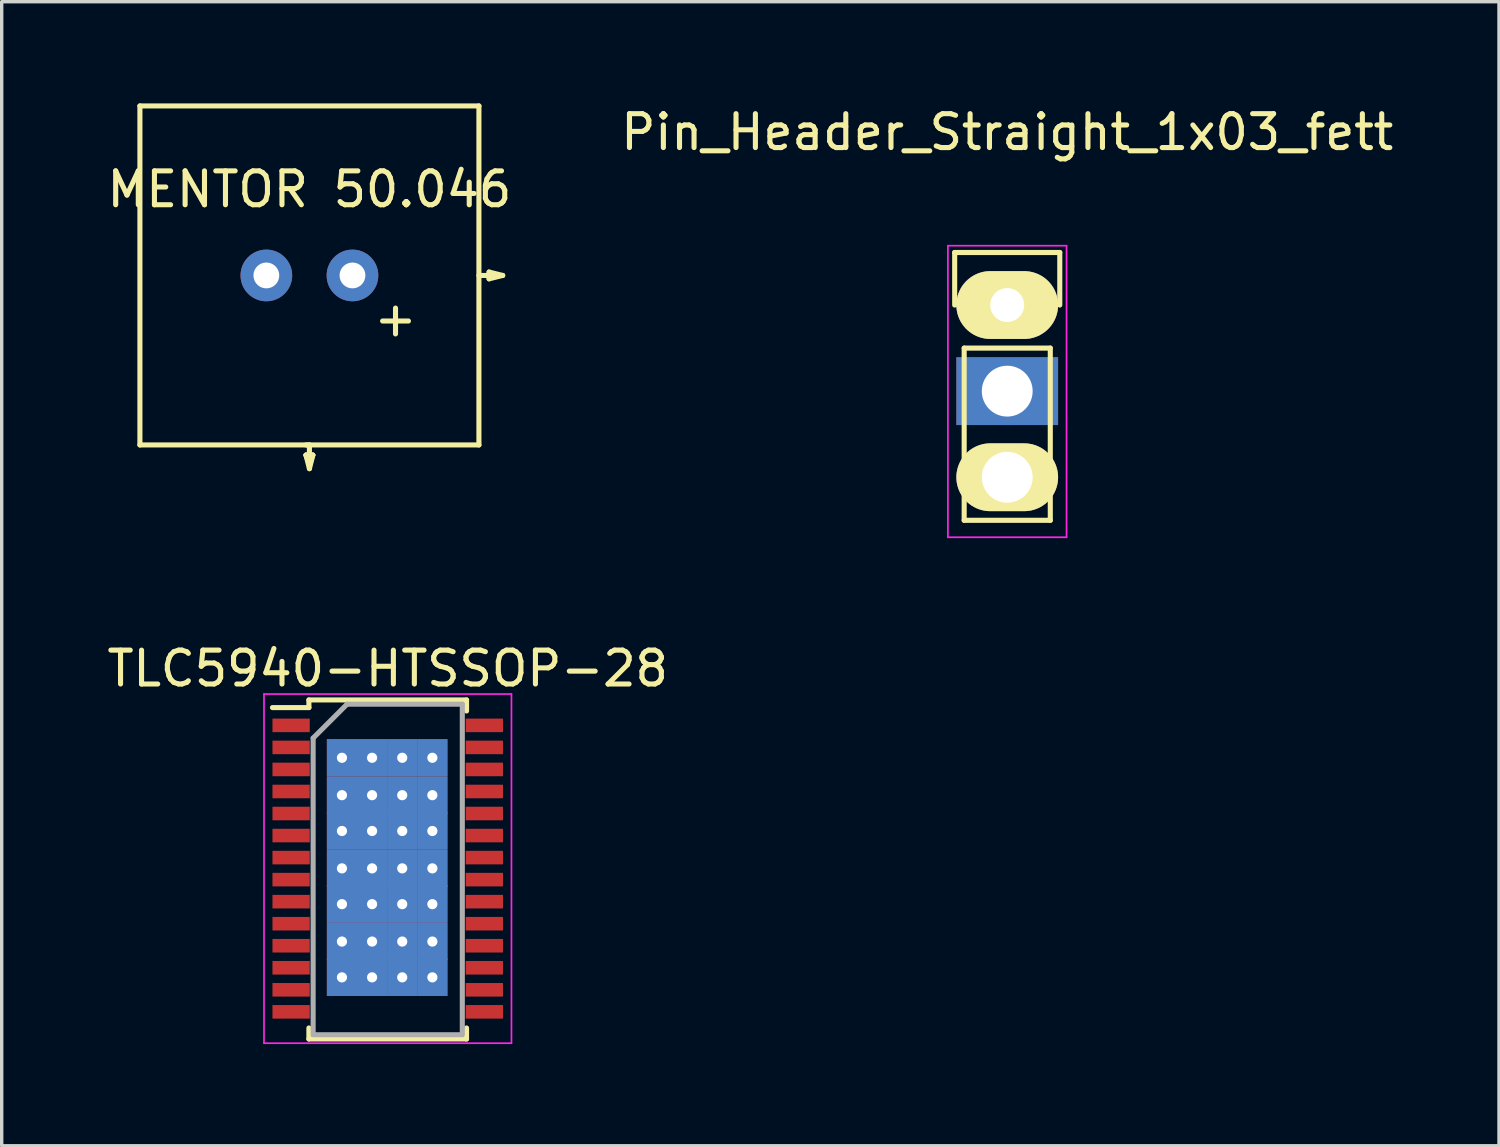
<source format=kicad_pcb>
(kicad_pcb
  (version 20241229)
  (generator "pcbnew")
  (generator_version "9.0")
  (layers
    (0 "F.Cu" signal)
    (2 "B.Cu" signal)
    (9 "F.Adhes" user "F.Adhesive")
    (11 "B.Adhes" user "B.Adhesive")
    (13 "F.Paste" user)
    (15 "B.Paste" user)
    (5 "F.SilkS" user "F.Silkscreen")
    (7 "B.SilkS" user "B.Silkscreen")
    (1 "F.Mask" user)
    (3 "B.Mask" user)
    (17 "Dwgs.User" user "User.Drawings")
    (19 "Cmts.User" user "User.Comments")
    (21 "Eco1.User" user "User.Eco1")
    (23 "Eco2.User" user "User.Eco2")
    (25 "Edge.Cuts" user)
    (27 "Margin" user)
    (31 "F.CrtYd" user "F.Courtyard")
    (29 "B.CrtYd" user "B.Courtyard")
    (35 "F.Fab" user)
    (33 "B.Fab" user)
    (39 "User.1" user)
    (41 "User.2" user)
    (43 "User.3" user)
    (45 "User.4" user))
  (footprint "MENTOR 50.046"
    (layer "F.Cu")
    (at 6.077 5.075)
    (property "Reference" "MENTOR 50.046" (at 0 -2.54 0) (layer "F.SilkS") (effects (font (size 1 1) (thickness 0.15))))
    (attr through_hole)
    (fp_line (start -5 -5) (end 5 -5) (stroke (width 0.15) (type solid)) (layer "F.SilkS"))
    (fp_line (start -5 5) (end -5 -5) (stroke (width 0.15) (type solid)) (layer "F.SilkS"))
    (fp_line (start -0.1 5) (end 0 5) (stroke (width 0.15) (type solid)) (layer "F.SilkS"))
    (fp_line (start -0.1 5.3) (end 0 5.6) (stroke (width 0.15) (type solid)) (layer "F.SilkS"))
    (fp_line (start -0.1 5.3) (end 0.1 5.3) (stroke (width 0.15) (type solid)) (layer "F.SilkS"))
    (fp_line (start 0 5.4) (end 0 5) (stroke (width 0.15) (type solid)) (layer "F.SilkS"))
    (fp_line (start 0 5.4) (end 0 5.6) (stroke (width 0.15) (type solid)) (layer "F.SilkS"))
    (fp_line (start 0 5.6) (end 0.1 5.3) (stroke (width 0.15) (type solid)) (layer "F.SilkS"))
    (fp_line (start 0 5.7) (end -0.1 5.3) (stroke (width 0.15) (type solid)) (layer "F.SilkS"))
    (fp_line (start 0.1 5.3) (end -0.1 5.3) (stroke (width 0.15) (type solid)) (layer "F.SilkS"))
    (fp_line (start 0.1 5.3) (end 0 5.7) (stroke (width 0.15) (type solid)) (layer "F.SilkS"))
    (fp_line (start 5 -5) (end 5 5) (stroke (width 0.15) (type solid)) (layer "F.SilkS"))
    (fp_line (start 5 0) (end 5.4 0) (stroke (width 0.15) (type solid)) (layer "F.SilkS"))
    (fp_line (start 5 5) (end -5 5) (stroke (width 0.15) (type solid)) (layer "F.SilkS"))
    (fp_line (start 5.3 -0.1) (end 5.3 0.1) (stroke (width 0.15) (type solid)) (layer "F.SilkS"))
    (fp_line (start 5.3 0.1) (end 5.7 0) (stroke (width 0.15) (type solid)) (layer "F.SilkS"))
    (fp_line (start 5.4 0) (end 5.7 0) (stroke (width 0.15) (type solid)) (layer "F.SilkS"))
    (fp_line (start 5.7 0) (end 5.3 -0.1) (stroke (width 0.15) (type solid)) (layer "F.SilkS"))
    (fp_text user "+" (at 2.54 1.27 0) (layer "F.SilkS") (effects (font (size 1 1) (thickness 0.15))))
    (pad "1" thru_hole circle (at -1.27 0) (size 1.524 1.524) (drill 0.762) (layers "*.Cu" "*.Mask"))
    (pad "2" thru_hole circle (at 1.27 0) (size 1.524 1.524) (drill 0.762) (layers "*.Cu" "*.Mask")))
  (footprint "TLC5940-HTSSOP-28"
    (layer "F.Cu")
    (at 8.387 22.572)
    (property "Reference" "TLC5940-HTSSOP-28" (at 0 -5.9 0) (layer "F.SilkS") (effects (font (size 1 1) (thickness 0.15))))
    (attr smd)
    (fp_line (start -2.325 -4.975) (end -2.325 -4.75) (stroke (width 0.15) (type solid)) (layer "F.SilkS"))
    (fp_line (start -2.325 -4.975) (end 2.325 -4.975) (stroke (width 0.15) (type solid)) (layer "F.SilkS"))
    (fp_line (start -2.325 -4.75) (end -3.4 -4.75) (stroke (width 0.15) (type solid)) (layer "F.SilkS"))
    (fp_line (start -2.325 5.026) (end -2.325 4.701) (stroke (width 0.15) (type solid)) (layer "F.SilkS"))
    (fp_line (start -2.325 5.026) (end 2.325 5.026) (stroke (width 0.15) (type solid)) (layer "F.SilkS"))
    (fp_line (start 2.325 -4.975) (end 2.325 -4.65) (stroke (width 0.15) (type solid)) (layer "F.SilkS"))
    (fp_line (start 2.325 5.026) (end 2.325 4.701) (stroke (width 0.15) (type solid)) (layer "F.SilkS"))
    (fp_line (start -3.65 -5.15) (end -3.65 5.15) (stroke (width 0.05) (type solid)) (layer "F.CrtYd"))
    (fp_line (start -3.65 -5.15) (end 3.65 -5.15) (stroke (width 0.05) (type solid)) (layer "F.CrtYd"))
    (fp_line (start -3.65 5.15) (end 3.65 5.15) (stroke (width 0.05) (type solid)) (layer "F.CrtYd"))
    (fp_line (start 3.65 -5.15) (end 3.65 5.15) (stroke (width 0.05) (type solid)) (layer "F.CrtYd"))
    (fp_line (start -2.2 -3.85) (end -1.2 -4.85) (stroke (width 0.15) (type solid)) (layer "F.Fab"))
    (fp_line (start -2.2 4.85) (end -2.2 -3.85) (stroke (width 0.15) (type solid)) (layer "F.Fab"))
    (fp_line (start -1.2 -4.85) (end 2.2 -4.85) (stroke (width 0.15) (type solid)) (layer "F.Fab"))
    (fp_line (start 2.2 -4.85) (end 2.2 4.85) (stroke (width 0.15) (type solid)) (layer "F.Fab"))
    (fp_line (start 2.2 4.901) (end -2.2 4.901) (stroke (width 0.15) (type solid)) (layer "F.Fab"))
    (pad "1" smd rect (at -2.85 -4.225) (size 1.1 0.4) (layers "F.Cu" "F.Mask" "F.Paste"))
    (pad "2" smd rect (at -2.85 -3.575) (size 1.1 0.4) (layers "F.Cu" "F.Mask" "F.Paste"))
    (pad "3" smd rect (at -2.85 -2.925) (size 1.1 0.4) (layers "F.Cu" "F.Mask" "F.Paste"))
    (pad "4" smd rect (at -2.85 -2.275) (size 1.1 0.4) (layers "F.Cu" "F.Mask" "F.Paste"))
    (pad "5" smd rect (at -2.85 -1.625) (size 1.1 0.4) (layers "F.Cu" "F.Mask" "F.Paste"))
    (pad "6" smd rect (at -2.85 -0.975) (size 1.1 0.4) (layers "F.Cu" "F.Mask" "F.Paste"))
    (pad "7" smd rect (at -2.85 -0.325) (size 1.1 0.4) (layers "F.Cu" "F.Mask" "F.Paste"))
    (pad "8" smd rect (at -2.85 0.325) (size 1.1 0.4) (layers "F.Cu" "F.Mask" "F.Paste"))
    (pad "9" smd rect (at -2.85 0.975) (size 1.1 0.4) (layers "F.Cu" "F.Mask" "F.Paste"))
    (pad "10" smd rect (at -2.85 1.625) (size 1.1 0.4) (layers "F.Cu" "F.Mask" "F.Paste"))
    (pad "11" smd rect (at -2.85 2.275) (size 1.1 0.4) (layers "F.Cu" "F.Mask" "F.Paste"))
    (pad "12" smd rect (at -2.85 2.925) (size 1.1 0.4) (layers "F.Cu" "F.Mask" "F.Paste"))
    (pad "13" smd rect (at -2.85 3.575) (size 1.1 0.4) (layers "F.Cu" "F.Mask" "F.Paste"))
    (pad "14" smd rect (at -2.85 4.225) (size 1.1 0.4) (layers "F.Cu" "F.Mask" "F.Paste"))
    (pad "15" smd rect (at 2.85 4.225) (size 1.1 0.4) (layers "F.Cu" "F.Mask" "F.Paste"))
    (pad "16" smd rect (at 2.85 3.575) (size 1.1 0.4) (layers "F.Cu" "F.Mask" "F.Paste"))
    (pad "17" smd rect (at 2.85 2.925) (size 1.1 0.4) (layers "F.Cu" "F.Mask" "F.Paste"))
    (pad "18" smd rect (at 2.85 2.275) (size 1.1 0.4) (layers "F.Cu" "F.Mask" "F.Paste"))
    (pad "19" smd rect (at 2.85 1.625) (size 1.1 0.4) (layers "F.Cu" "F.Mask" "F.Paste"))
    (pad "20" smd rect (at 2.85 0.975) (size 1.1 0.4) (layers "F.Cu" "F.Mask" "F.Paste"))
    (pad "21" smd rect (at 2.85 0.325) (size 1.1 0.4) (layers "F.Cu" "F.Mask" "F.Paste"))
    (pad "22" thru_hole rect (at -1.35 -3.269) (size 0.89 1.1) (drill 0.3) (layers "*.Cu" "*.Mask"))
    (pad "22" thru_hole rect (at -1.35 -2.166) (size 0.89 1.1) (drill 0.3) (layers "*.Cu" "*.Mask"))
    (pad "22" thru_hole rect (at -1.35 -1.11) (size 0.89 1.1) (drill 0.3) (layers "*.Cu" "*.Mask"))
    (pad "22" thru_hole rect (at -1.35 -0.007) (size 0.89 1.1) (drill 0.3) (layers "*.Cu" "*.Mask"))
    (pad "22" thru_hole rect (at -1.35 1.049) (size 0.89 1.1) (drill 0.3) (layers "*.Cu" "*.Mask"))
    (pad "22" thru_hole rect (at -1.35 2.152) (size 0.89 1.1) (drill 0.3) (layers "*.Cu" "*.Mask"))
    (pad "22" thru_hole rect (at -1.35 3.208) (size 0.89 1.1) (drill 0.3) (layers "*.Cu" "*.Mask"))
    (pad "22" thru_hole rect (at -0.461 -3.269) (size 0.89 1.1) (drill 0.3) (layers "*.Cu" "*.Mask"))
    (pad "22" thru_hole rect (at -0.461 -2.166) (size 0.89 1.1) (drill 0.3) (layers "*.Cu" "*.Mask"))
    (pad "22" thru_hole rect (at -0.461 -1.11) (size 0.89 1.1) (drill 0.3) (layers "*.Cu" "*.Mask"))
    (pad "22" thru_hole rect (at -0.461 -0.007) (size 0.89 1.1) (drill 0.3) (layers "*.Cu" "*.Mask"))
    (pad "22" thru_hole rect (at -0.461 1.049) (size 0.89 1.1) (drill 0.3) (layers "*.Cu" "*.Mask"))
    (pad "22" thru_hole rect (at -0.461 2.152) (size 0.89 1.1) (drill 0.3) (layers "*.Cu" "*.Mask"))
    (pad "22" thru_hole rect (at -0.461 3.208) (size 0.89 1.1) (drill 0.3) (layers "*.Cu" "*.Mask"))
    (pad "22" thru_hole rect (at 0.428 -3.269) (size 0.89 1.1) (drill 0.3) (layers "*.Cu" "*.Mask"))
    (pad "22" thru_hole rect (at 0.428 -2.166) (size 0.89 1.1) (drill 0.3) (layers "*.Cu" "*.Mask"))
    (pad "22" thru_hole rect (at 0.428 -1.11) (size 0.89 1.1) (drill 0.3) (layers "*.Cu" "*.Mask"))
    (pad "22" thru_hole rect (at 0.428 -0.007) (size 0.89 1.1) (drill 0.3) (layers "*.Cu" "*.Mask"))
    (pad "22" thru_hole rect (at 0.428 1.049) (size 0.89 1.1) (drill 0.3) (layers "*.Cu" "*.Mask"))
    (pad "22" thru_hole rect (at 0.428 2.152) (size 0.89 1.1) (drill 0.3) (layers "*.Cu" "*.Mask"))
    (pad "22" thru_hole rect (at 0.428 3.208) (size 0.89 1.1) (drill 0.3) (layers "*.Cu" "*.Mask"))
    (pad "22" thru_hole rect (at 1.317 -3.269) (size 0.89 1.1) (drill 0.3) (layers "*.Cu" "*.Mask"))
    (pad "22" thru_hole rect (at 1.317 -2.166) (size 0.89 1.1) (drill 0.3) (layers "*.Cu" "*.Mask"))
    (pad "22" thru_hole rect (at 1.317 -1.11) (size 0.89 1.1) (drill 0.3) (layers "*.Cu" "*.Mask"))
    (pad "22" thru_hole rect (at 1.317 -0.007) (size 0.89 1.1) (drill 0.3) (layers "*.Cu" "*.Mask"))
    (pad "22" thru_hole rect (at 1.317 1.049) (size 0.89 1.1) (drill 0.3) (layers "*.Cu" "*.Mask"))
    (pad "22" thru_hole rect (at 1.317 2.152) (size 0.89 1.1) (drill 0.3) (layers "*.Cu" "*.Mask"))
    (pad "22" thru_hole rect (at 1.317 3.208) (size 0.89 1.1) (drill 0.3) (layers "*.Cu" "*.Mask"))
    (pad "22" smd rect (at 2.85 -0.325) (size 1.1 0.4) (layers "F.Cu" "F.Mask" "F.Paste"))
    (pad "23" smd rect (at 2.85 -0.975) (size 1.1 0.4) (layers "F.Cu" "F.Mask" "F.Paste"))
    (pad "24" smd rect (at 2.85 -1.625) (size 1.1 0.4) (layers "F.Cu" "F.Mask" "F.Paste"))
    (pad "25" smd rect (at 2.85 -2.275) (size 1.1 0.4) (layers "F.Cu" "F.Mask" "F.Paste"))
    (pad "26" smd rect (at 2.85 -2.925) (size 1.1 0.4) (layers "F.Cu" "F.Mask" "F.Paste"))
    (pad "27" smd rect (at 2.85 -3.575) (size 1.1 0.4) (layers "F.Cu" "F.Mask" "F.Paste"))
    (pad "28" smd rect (at 2.85 -4.225) (size 1.1 0.4) (layers "F.Cu" "F.Mask" "F.Paste")))
  (footprint "Pin_Header_Straight_1x03_fett"
    (layer "F.Cu")
    (at 26.661 5.948)
    (property "Reference" "Pin_Header_Straight_1x03_fett" (at 0 -5.1 0) (layer "F.SilkS") (effects (font (size 1 1) (thickness 0.15))))
    (attr through_hole)
    (fp_line (start -1.55 -1.55) (end 1.55 -1.55) (stroke (width 0.15) (type solid)) (layer "F.SilkS"))
    (fp_line (start -1.55 0) (end -1.55 -1.55) (stroke (width 0.15) (type solid)) (layer "F.SilkS"))
    (fp_line (start -1.27 1.27) (end -1.27 6.35) (stroke (width 0.15) (type solid)) (layer "F.SilkS"))
    (fp_line (start -1.27 6.35) (end 1.27 6.35) (stroke (width 0.15) (type solid)) (layer "F.SilkS"))
    (fp_line (start 1.27 1.27) (end -1.27 1.27) (stroke (width 0.15) (type solid)) (layer "F.SilkS"))
    (fp_line (start 1.27 6.35) (end 1.27 1.27) (stroke (width 0.15) (type solid)) (layer "F.SilkS"))
    (fp_line (start 1.55 -1.55) (end 1.55 0) (stroke (width 0.15) (type solid)) (layer "F.SilkS"))
    (fp_line (start -1.75 -1.75) (end -1.75 6.85) (stroke (width 0.05) (type solid)) (layer "F.CrtYd"))
    (fp_line (start -1.75 -1.75) (end 1.75 -1.75) (stroke (width 0.05) (type solid)) (layer "F.CrtYd"))
    (fp_line (start -1.75 6.85) (end 1.75 6.85) (stroke (width 0.05) (type solid)) (layer "F.CrtYd"))
    (fp_line (start 1.75 -1.75) (end 1.75 6.85) (stroke (width 0.05) (type solid)) (layer "F.CrtYd"))
    (pad "1" thru_hole oval (at 0 0) (size 3 2) (drill 1) (layers "*.Cu" "*.Mask" "F.SilkS"))
    (pad "2" thru_hole trapezoid (at 0 2.54) (size 3 2) (drill 1.5) (layers "*.Cu" "*.Mask"))
    (pad "3" thru_hole oval (at 0 5.08) (size 3 2) (drill 1.5) (layers "*.Cu" "*.Mask" "F.SilkS")))
  (gr_rect
    (start -3 -3)
    (end 41.167 30.747)
    (stroke (width 0.1) (type default))
    (fill no)
    (layer "Edge.Cuts")))
</source>
